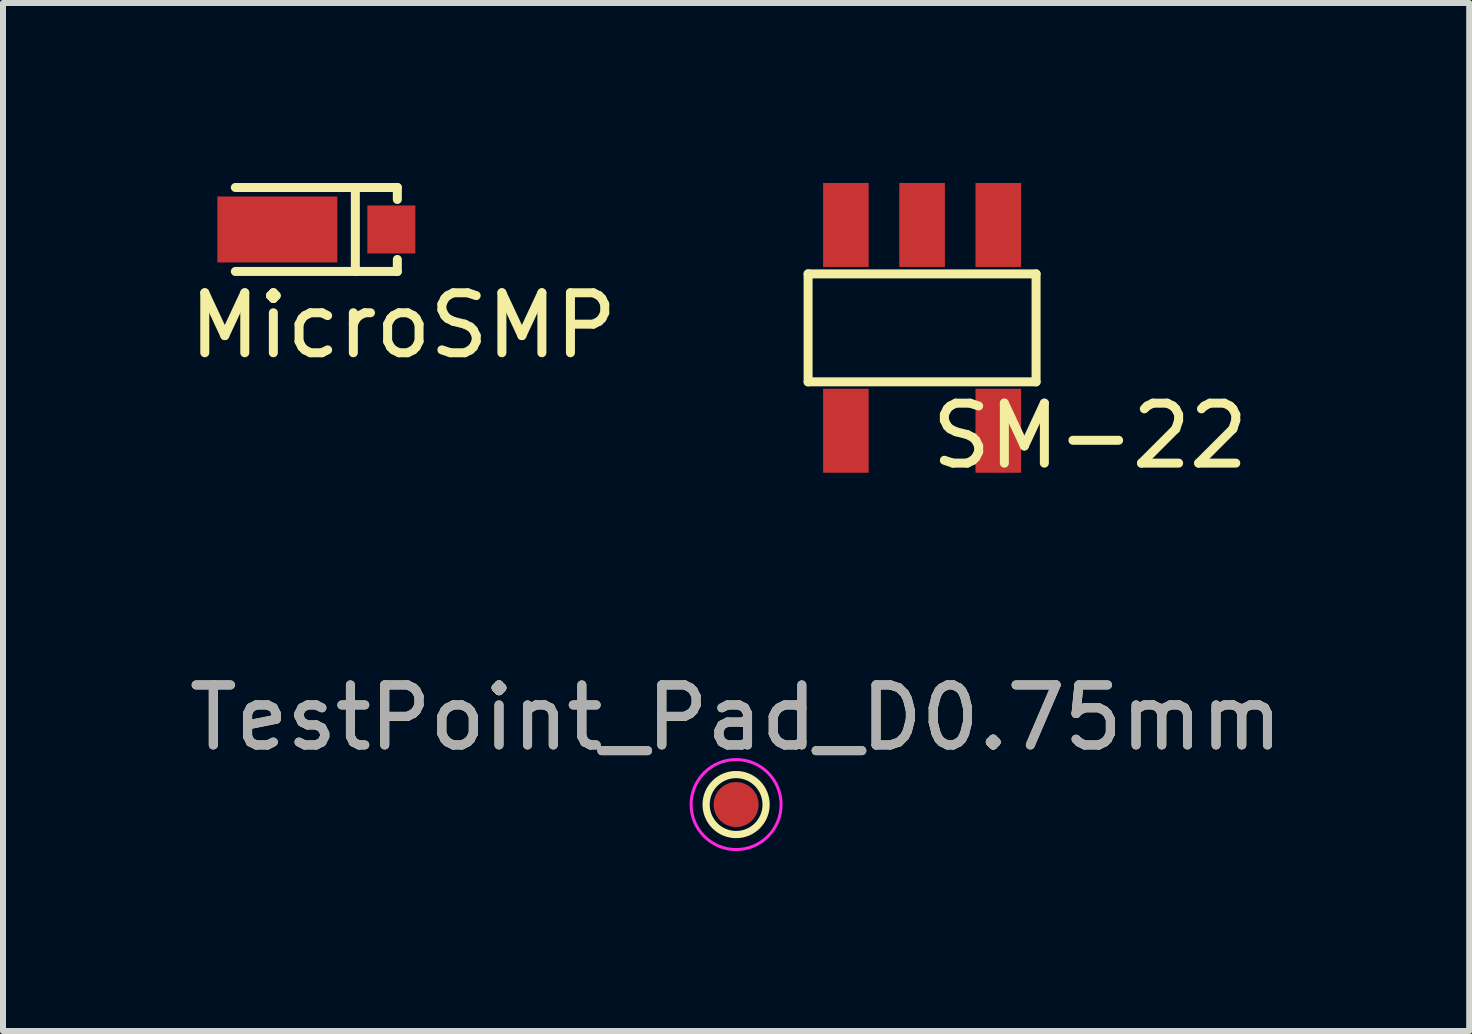
<source format=kicad_pcb>
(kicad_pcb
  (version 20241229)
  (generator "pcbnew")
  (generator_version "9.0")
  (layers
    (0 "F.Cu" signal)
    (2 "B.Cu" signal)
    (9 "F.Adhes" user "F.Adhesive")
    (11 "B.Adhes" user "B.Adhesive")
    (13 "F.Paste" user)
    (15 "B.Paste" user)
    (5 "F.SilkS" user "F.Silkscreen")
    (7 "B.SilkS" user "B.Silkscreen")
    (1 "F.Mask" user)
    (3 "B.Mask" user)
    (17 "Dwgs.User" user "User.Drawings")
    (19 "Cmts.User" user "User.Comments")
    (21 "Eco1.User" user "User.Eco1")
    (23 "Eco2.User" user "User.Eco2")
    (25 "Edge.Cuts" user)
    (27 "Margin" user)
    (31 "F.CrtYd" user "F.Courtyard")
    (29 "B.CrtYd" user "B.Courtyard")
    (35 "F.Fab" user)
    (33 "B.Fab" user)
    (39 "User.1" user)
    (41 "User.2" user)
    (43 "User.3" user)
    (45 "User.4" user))
  (footprint "TestPoint_Pad_D0.75mm"
    (layer "F.Cu")
    (at 9.22 10.361)
    (property "Reference" "TestPoint_Pad_D0.75mm" (at 0 -1.448 0) (layer "F.SilkS") (effects (font (size 1 1) (thickness 0.15))))
    (attr exclude_from_pos_files exclude_from_bom)
    (fp_circle (center 0 0) (end 0.5 0) (stroke (width 0.12) (type solid)) (fill no) (layer "F.SilkS"))
    (fp_circle (center 0 0) (end 0.75 0) (stroke (width 0.05) (type solid)) (fill no) (layer "F.CrtYd"))
    (fp_text user "${REFERENCE}" (at 0 -1.45 0) (layer "F.Fab") (effects (font (size 1 1) (thickness 0.15))))
    (pad "1" smd circle (at 0 0) (size 0.75 0.75) (layers "F.Cu" "F.Mask")))
  (footprint "SM-22"
    (layer "F.Cu")
    (at 12.32 2.415)
    (property "Reference" "SM-22" (at 2.8 1.8 0) (layer "F.SilkS") (effects (font (size 1 1) (thickness 0.15))))
    (attr through_hole)
    (fp_line (start -1.9 -0.9) (end -1.9 0.9) (stroke (width 0.15) (type solid)) (layer "F.SilkS"))
    (fp_line (start -1.9 0.9) (end 1.9 0.9) (stroke (width 0.15) (type solid)) (layer "F.SilkS"))
    (fp_line (start 1.9 -0.9) (end -1.9 -0.9) (stroke (width 0.15) (type solid)) (layer "F.SilkS"))
    (fp_line (start 1.9 0.9) (end 1.9 -0.9) (stroke (width 0.15) (type solid)) (layer "F.SilkS"))
    (pad "1" smd rect (at -1.27 -1.715) (size 0.76 1.4) (layers "F.Cu" "F.Mask" "F.Paste"))
    (pad "2" smd rect (at 0 -1.715) (size 0.76 1.4) (layers "F.Cu" "F.Mask" "F.Paste"))
    (pad "3" smd rect (at 1.27 -1.715) (size 0.76 1.4) (layers "F.Cu" "F.Mask" "F.Paste"))
    (pad "4" smd rect (at 1.27 1.715) (size 0.76 1.4) (layers "F.Cu" "F.Mask" "F.Paste"))
    (pad "5" smd rect (at -1.27 1.715) (size 0.76 1.4) (layers "F.Cu" "F.Mask" "F.Paste")))
  (footprint "MicroSMP"
    (layer "F.Cu")
    (at 2.273 0.775)
    (property "Reference" "MicroSMP" (at 1.4 1.6 0) (layer "F.SilkS") (effects (font (size 1 1) (thickness 0.15))))
    (attr through_hole)
    (fp_line (start -1.4 -0.7) (end 1.3 -0.7) (stroke (width 0.15) (type solid)) (layer "F.SilkS"))
    (fp_line (start -1.4 0.7) (end 1.3 0.7) (stroke (width 0.15) (type solid)) (layer "F.SilkS"))
    (fp_line (start 0.6 0.7) (end 0.6 -0.7) (stroke (width 0.15) (type solid)) (layer "F.SilkS"))
    (fp_line (start 1.3 -0.7) (end 1.3 -0.5) (stroke (width 0.15) (type solid)) (layer "F.SilkS"))
    (fp_line (start 1.3 0.7) (end 1.3 0.5) (stroke (width 0.15) (type solid)) (layer "F.SilkS"))
    (pad "1" smd rect (at 1.2 0) (size 0.8 0.8) (layers "F.Cu" "F.Mask" "F.Paste"))
    (pad "2" smd rect (at -0.7 0) (size 2 1.1) (layers "F.Cu" "F.Mask" "F.Paste")))
  (gr_rect
    (start -3 -3)
    (end 21.44 14.136)
    (stroke (width 0.1) (type default))
    (fill no)
    (layer "Edge.Cuts")))
</source>
